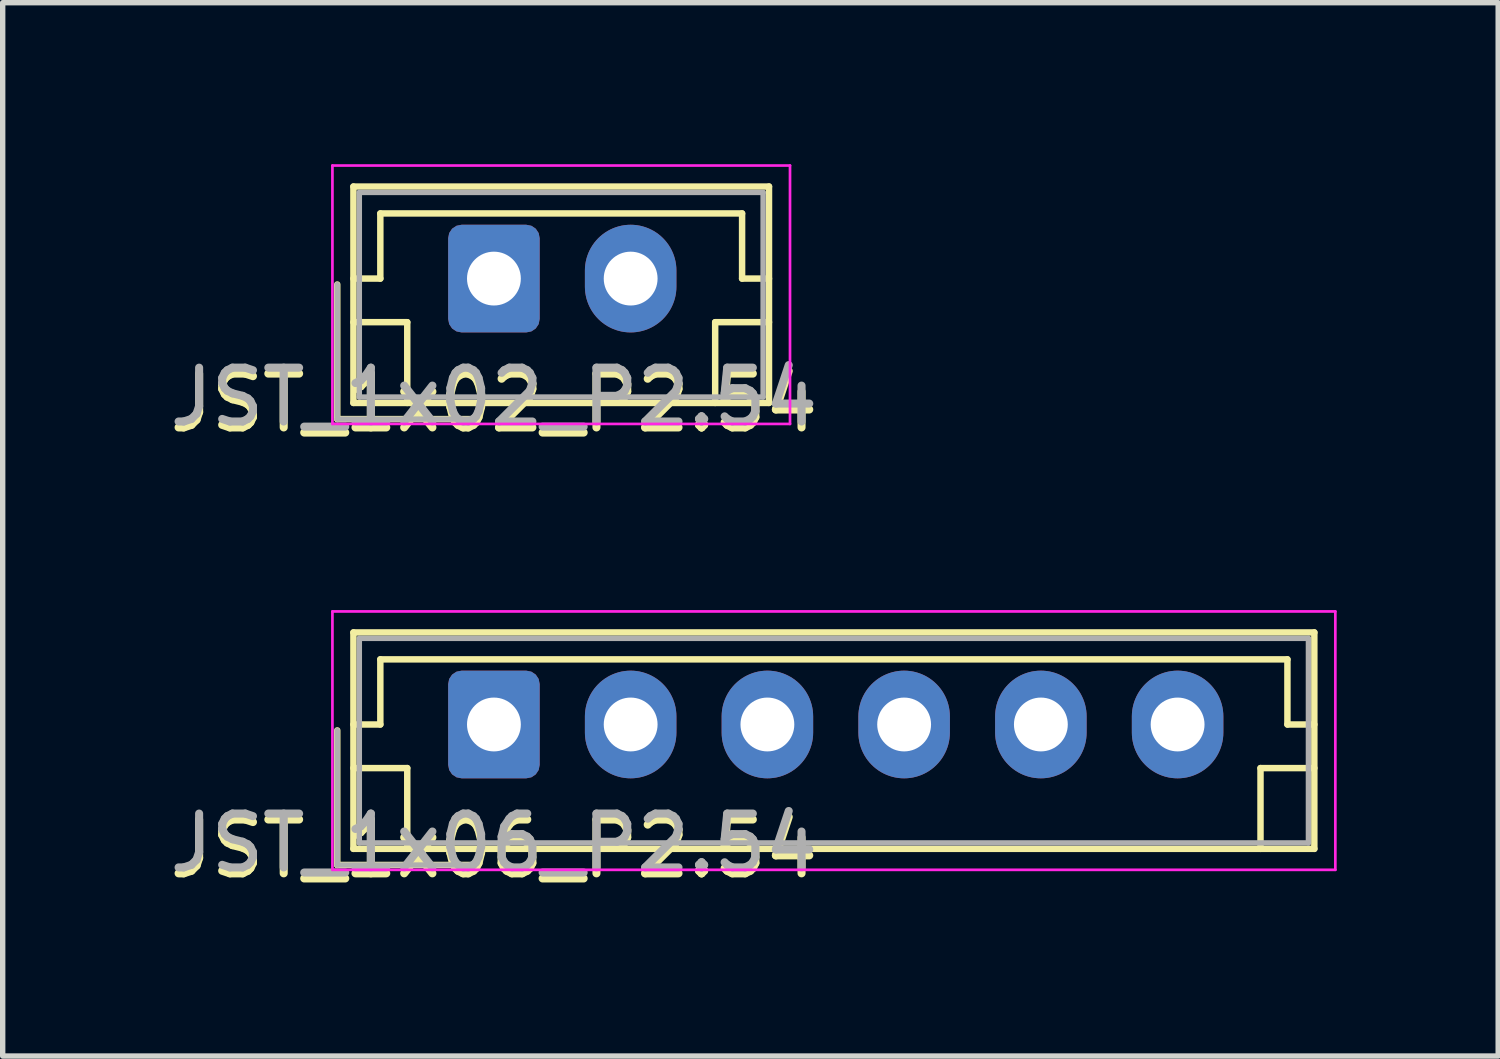
<source format=kicad_pcb>
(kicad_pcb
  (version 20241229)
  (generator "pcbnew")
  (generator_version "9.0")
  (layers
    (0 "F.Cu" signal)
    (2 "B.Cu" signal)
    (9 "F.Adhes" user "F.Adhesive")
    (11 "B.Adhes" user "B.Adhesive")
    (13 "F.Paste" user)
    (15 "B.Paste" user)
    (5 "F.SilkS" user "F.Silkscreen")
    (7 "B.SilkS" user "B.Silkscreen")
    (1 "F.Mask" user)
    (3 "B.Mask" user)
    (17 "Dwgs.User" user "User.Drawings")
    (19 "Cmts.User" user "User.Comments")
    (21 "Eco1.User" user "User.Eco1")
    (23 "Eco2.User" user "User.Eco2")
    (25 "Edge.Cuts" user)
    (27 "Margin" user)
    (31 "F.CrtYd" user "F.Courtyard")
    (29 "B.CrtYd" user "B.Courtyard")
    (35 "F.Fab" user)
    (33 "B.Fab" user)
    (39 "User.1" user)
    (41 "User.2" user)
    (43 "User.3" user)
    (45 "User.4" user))
  (footprint "JST_1x06_P2.54"
    (layer "F.Cu")
    (at 6.125 10.408)
    (property "Reference" "JST_1x06_P2.54" (at 0 2.31 0) (unlocked yes) (layer "F.SilkS") (effects (font (size 1 1) (thickness 0.15))))
    (attr through_hole)
    (fp_line (start -2.91 0.11) (end -2.91 2.61) (stroke (width 0.12) (type solid)) (layer "F.SilkS"))
    (fp_line (start -2.91 2.61) (end -0.41 2.61) (stroke (width 0.12) (type solid)) (layer "F.SilkS"))
    (fp_line (start -2.61 -1.71) (end -2.61 2.31) (stroke (width 0.12) (type solid)) (layer "F.SilkS"))
    (fp_line (start -2.61 0) (end -2.11 0) (stroke (width 0.12) (type solid)) (layer "F.SilkS"))
    (fp_line (start -2.61 0.81) (end -1.61 0.81) (stroke (width 0.12) (type solid)) (layer "F.SilkS"))
    (fp_line (start -2.61 2.31) (end 15.24 2.31) (stroke (width 0.12) (type solid)) (layer "F.SilkS"))
    (fp_line (start -2.11 -1.21) (end 14.74 -1.21) (stroke (width 0.12) (type solid)) (layer "F.SilkS"))
    (fp_line (start -2.11 0) (end -2.11 -1.21) (stroke (width 0.12) (type solid)) (layer "F.SilkS"))
    (fp_line (start -1.61 0.81) (end -1.61 2.31) (stroke (width 0.12) (type solid)) (layer "F.SilkS"))
    (fp_line (start 14.24 0.81) (end 14.24 2.31) (stroke (width 0.12) (type solid)) (layer "F.SilkS"))
    (fp_line (start 14.74 -1.21) (end 14.74 0) (stroke (width 0.12) (type solid)) (layer "F.SilkS"))
    (fp_line (start 14.74 0) (end 15.24 0) (stroke (width 0.12) (type solid)) (layer "F.SilkS"))
    (fp_line (start 15.24 -1.71) (end -2.61 -1.71) (stroke (width 0.12) (type solid)) (layer "F.SilkS"))
    (fp_line (start 15.24 0.81) (end 14.24 0.81) (stroke (width 0.12) (type solid)) (layer "F.SilkS"))
    (fp_line (start 15.24 2.31) (end 15.24 -1.71) (stroke (width 0.12) (type solid)) (layer "F.SilkS"))
    (fp_line (start -3 -2.1) (end -3 2.7) (stroke (width 0.05) (type solid)) (layer "F.CrtYd"))
    (fp_line (start -3 2.7) (end 15.63 2.7) (stroke (width 0.05) (type solid)) (layer "F.CrtYd"))
    (fp_line (start 15.63 -2.1) (end -3 -2.1) (stroke (width 0.05) (type solid)) (layer "F.CrtYd"))
    (fp_line (start 15.63 2.7) (end 15.63 -2.1) (stroke (width 0.05) (type solid)) (layer "F.CrtYd"))
    (fp_line (start -2.91 0.11) (end -2.91 2.61) (stroke (width 0.1) (type solid)) (layer "F.Fab"))
    (fp_line (start -2.91 2.61) (end -0.41 2.61) (stroke (width 0.1) (type solid)) (layer "F.Fab"))
    (fp_line (start -2.5 -1.6) (end -2.5 2.2) (stroke (width 0.1) (type solid)) (layer "F.Fab"))
    (fp_line (start -2.5 2.2) (end 15.13 2.2) (stroke (width 0.1) (type solid)) (layer "F.Fab"))
    (fp_line (start 15.13 -1.6) (end -2.5 -1.6) (stroke (width 0.1) (type solid)) (layer "F.Fab"))
    (fp_line (start 15.13 2.2) (end 15.13 -1.6) (stroke (width 0.1) (type solid)) (layer "F.Fab"))
    (fp_text user "${REFERENCE}" (at 0 2.2 0) (layer "F.Fab") (effects (font (size 1 1) (thickness 0.15))))
    (pad "1" thru_hole roundrect (at 0 0) (size 1.7 2) (drill 1) (layers "*.Cu" "*.Mask") (roundrect_rratio 0.147))
    (pad "2" thru_hole oval (at 2.54 0) (size 1.7 2) (drill 1) (layers "*.Cu" "*.Mask"))
    (pad "3" thru_hole oval (at 5.08 0) (size 1.7 2) (drill 1) (layers "*.Cu" "*.Mask"))
    (pad "4" thru_hole oval (at 7.62 0) (size 1.7 2) (drill 1) (layers "*.Cu" "*.Mask"))
    (pad "5" thru_hole oval (at 10.16 0) (size 1.7 2) (drill 1) (layers "*.Cu" "*.Mask"))
    (pad "6" thru_hole oval (at 12.7 0) (size 1.7 2) (drill 1) (layers "*.Cu" "*.Mask")))
  (footprint "JST_1x02_P2.54"
    (layer "F.Cu")
    (at 6.125 2.125)
    (property "Reference" "JST_1x02_P2.54" (at 0 2.31 0) (unlocked yes) (layer "F.SilkS") (effects (font (size 1 1) (thickness 0.15))))
    (attr through_hole)
    (fp_line (start -2.91 0.11) (end -2.91 2.61) (stroke (width 0.12) (type solid)) (layer "F.SilkS"))
    (fp_line (start -2.91 2.61) (end -0.41 2.61) (stroke (width 0.12) (type solid)) (layer "F.SilkS"))
    (fp_line (start -2.61 -1.71) (end -2.61 2.31) (stroke (width 0.12) (type solid)) (layer "F.SilkS"))
    (fp_line (start -2.61 0) (end -2.11 0) (stroke (width 0.12) (type solid)) (layer "F.SilkS"))
    (fp_line (start -2.61 0.81) (end -1.61 0.81) (stroke (width 0.12) (type solid)) (layer "F.SilkS"))
    (fp_line (start -2.61 2.31) (end 5.11 2.31) (stroke (width 0.12) (type solid)) (layer "F.SilkS"))
    (fp_line (start -2.11 -1.21) (end 4.61 -1.21) (stroke (width 0.12) (type solid)) (layer "F.SilkS"))
    (fp_line (start -2.11 0) (end -2.11 -1.21) (stroke (width 0.12) (type solid)) (layer "F.SilkS"))
    (fp_line (start -1.61 0.81) (end -1.61 2.31) (stroke (width 0.12) (type solid)) (layer "F.SilkS"))
    (fp_line (start 4.11 0.81) (end 4.11 2.31) (stroke (width 0.12) (type solid)) (layer "F.SilkS"))
    (fp_line (start 4.61 -1.21) (end 4.61 0) (stroke (width 0.12) (type solid)) (layer "F.SilkS"))
    (fp_line (start 4.61 0) (end 5.11 0) (stroke (width 0.12) (type solid)) (layer "F.SilkS"))
    (fp_line (start 5.11 -1.71) (end -2.61 -1.71) (stroke (width 0.12) (type solid)) (layer "F.SilkS"))
    (fp_line (start 5.11 0.81) (end 4.11 0.81) (stroke (width 0.12) (type solid)) (layer "F.SilkS"))
    (fp_line (start 5.11 2.31) (end 5.11 -1.71) (stroke (width 0.12) (type solid)) (layer "F.SilkS"))
    (fp_line (start -3 -2.1) (end -3 2.7) (stroke (width 0.05) (type solid)) (layer "F.CrtYd"))
    (fp_line (start -3 2.7) (end 5.5 2.7) (stroke (width 0.05) (type solid)) (layer "F.CrtYd"))
    (fp_line (start 5.5 -2.1) (end -3 -2.1) (stroke (width 0.05) (type solid)) (layer "F.CrtYd"))
    (fp_line (start 5.5 2.7) (end 5.5 -2.1) (stroke (width 0.05) (type solid)) (layer "F.CrtYd"))
    (fp_line (start -2.91 0.11) (end -2.91 2.61) (stroke (width 0.1) (type solid)) (layer "F.Fab"))
    (fp_line (start -2.91 2.61) (end -0.41 2.61) (stroke (width 0.1) (type solid)) (layer "F.Fab"))
    (fp_line (start -2.5 -1.6) (end -2.5 2.2) (stroke (width 0.1) (type solid)) (layer "F.Fab"))
    (fp_line (start -2.5 2.2) (end 5 2.2) (stroke (width 0.1) (type solid)) (layer "F.Fab"))
    (fp_line (start 5 -1.6) (end -2.5 -1.6) (stroke (width 0.1) (type solid)) (layer "F.Fab"))
    (fp_line (start 5 2.2) (end 5 -1.6) (stroke (width 0.1) (type solid)) (layer "F.Fab"))
    (fp_text user "${REFERENCE}" (at 0 2.2 0) (layer "F.Fab") (effects (font (size 1 1) (thickness 0.15))))
    (pad "1" thru_hole roundrect (at 0 0) (size 1.7 2) (drill 1) (layers "*.Cu" "*.Mask") (roundrect_rratio 0.147))
    (pad "2" thru_hole oval (at 2.54 0) (size 1.7 2) (drill 1) (layers "*.Cu" "*.Mask")))
  (gr_rect
    (start -3 -3)
    (end 24.78 16.567)
    (stroke (width 0.1) (type default))
    (fill no)
    (layer "Edge.Cuts")))
</source>
